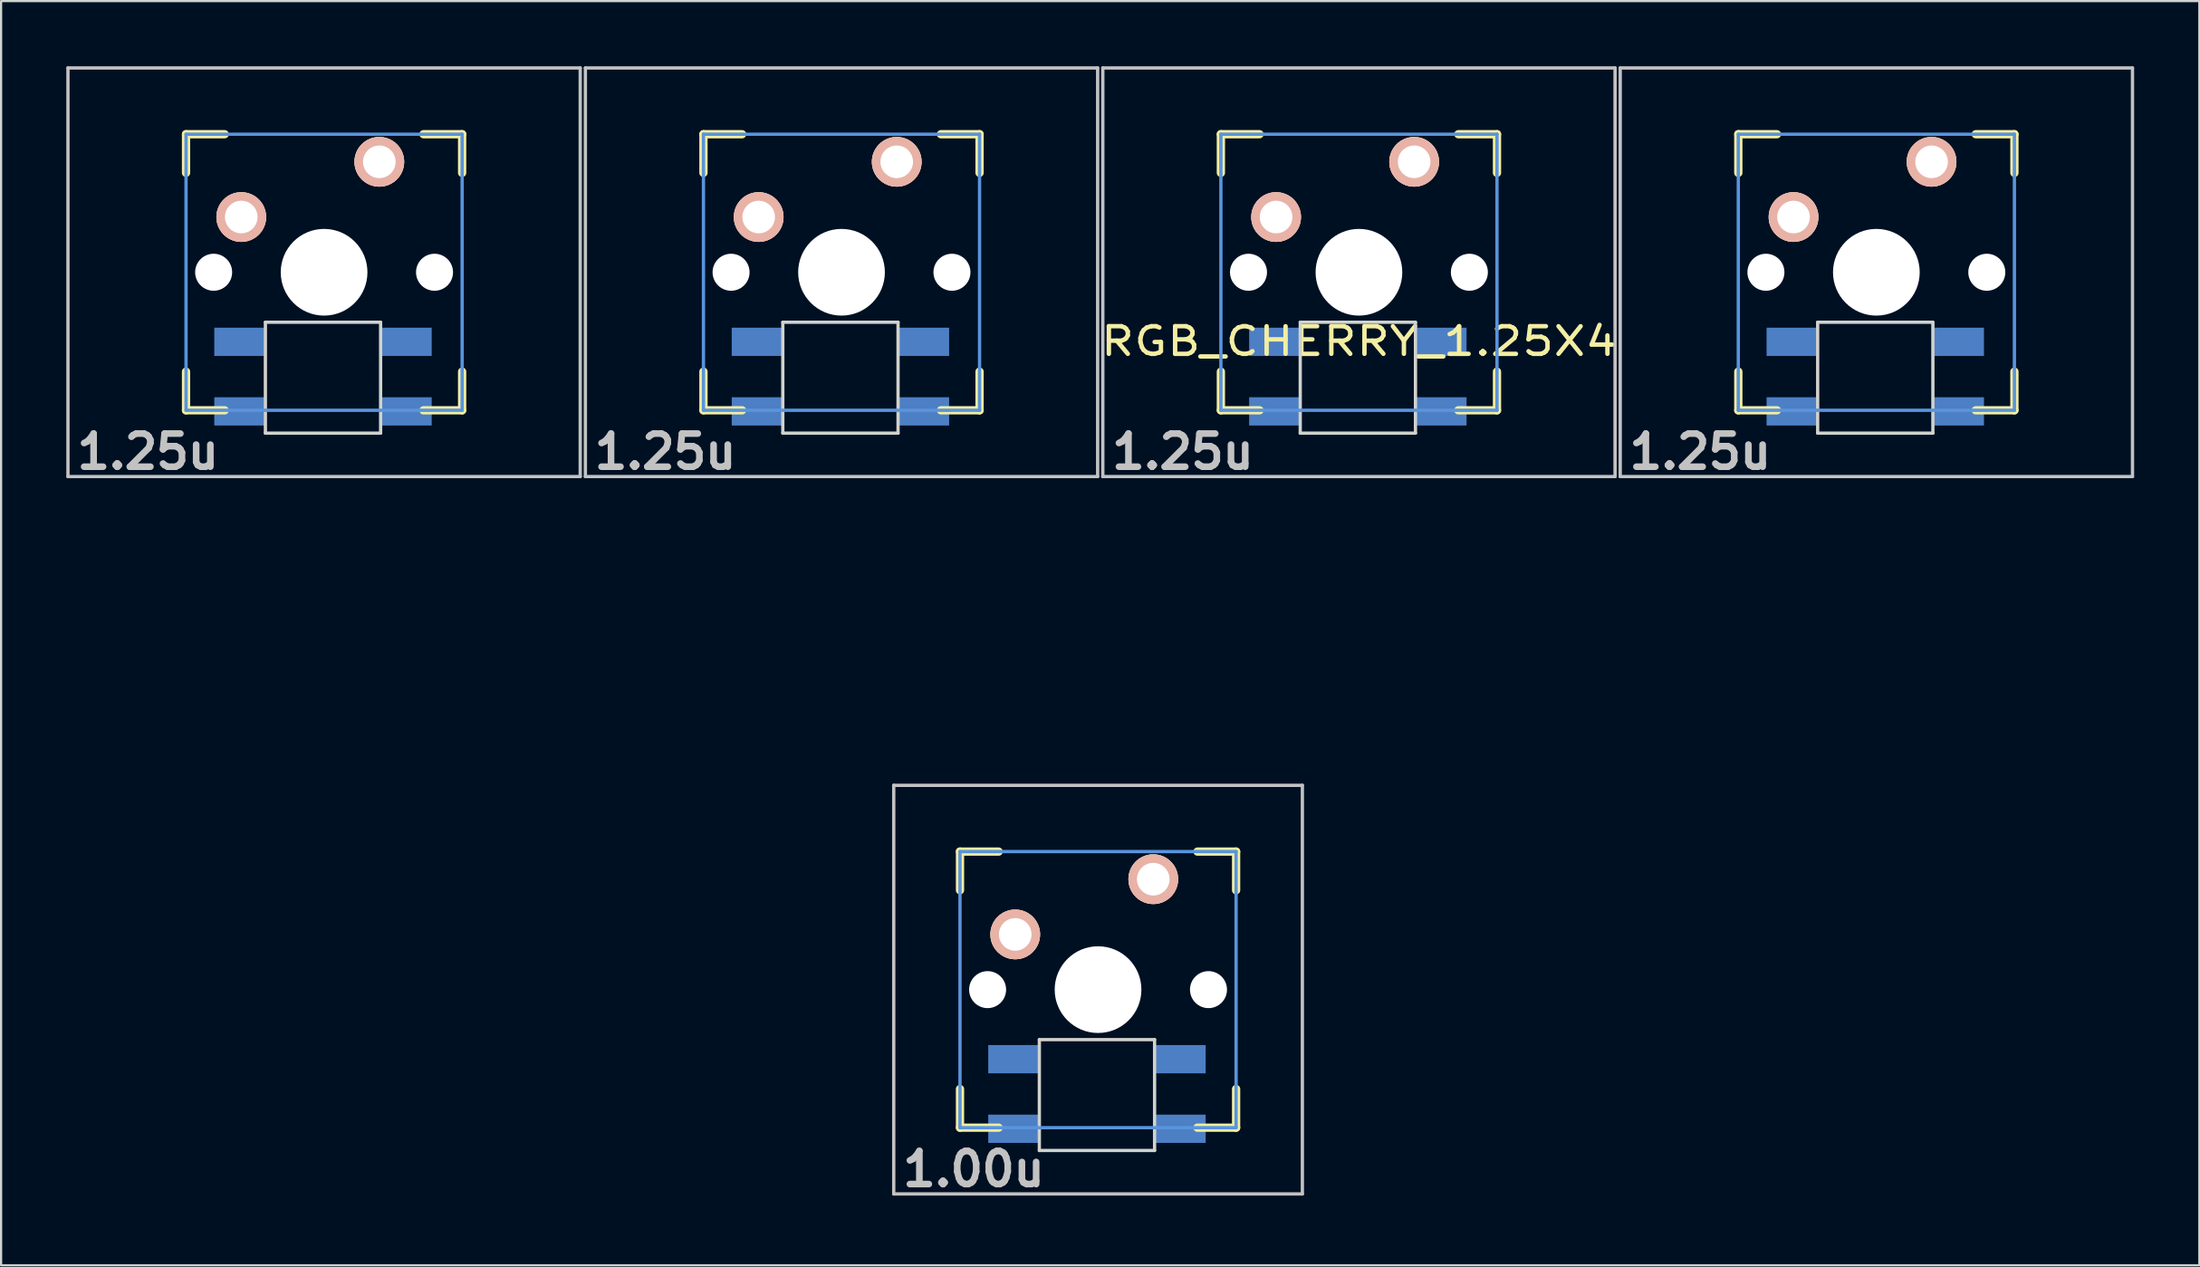
<source format=kicad_pcb>
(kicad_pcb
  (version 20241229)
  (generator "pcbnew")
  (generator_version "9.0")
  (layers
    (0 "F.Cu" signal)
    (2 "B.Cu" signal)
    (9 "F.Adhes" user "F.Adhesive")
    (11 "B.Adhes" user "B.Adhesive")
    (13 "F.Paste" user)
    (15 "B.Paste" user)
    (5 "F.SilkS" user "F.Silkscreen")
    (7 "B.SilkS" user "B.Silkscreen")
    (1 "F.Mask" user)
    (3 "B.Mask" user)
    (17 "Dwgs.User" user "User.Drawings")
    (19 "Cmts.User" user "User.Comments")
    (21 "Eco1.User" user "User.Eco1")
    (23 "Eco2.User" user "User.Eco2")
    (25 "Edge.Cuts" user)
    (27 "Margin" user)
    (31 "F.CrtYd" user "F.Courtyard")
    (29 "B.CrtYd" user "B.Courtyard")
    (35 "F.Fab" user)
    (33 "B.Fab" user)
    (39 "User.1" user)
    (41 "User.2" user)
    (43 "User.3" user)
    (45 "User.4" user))
  (footprint "RGB_CHERRY_1.25X4"
    (layer "F.Cu")
    (at 47.457 42.474)
    (property "Reference" "RGB_CHERRY_1.25X4" (at 12 -29.825 0) (layer "F.SilkS") (effects (font (size 1.27 1.524) (thickness 0.203))))
    (attr through_hole)
    (fp_line (start -41.95 -39.35) (end -40.172 -39.35) (stroke (width 0.381) (type solid)) (layer "F.SilkS"))
    (fp_line (start -41.95 -37.572) (end -41.95 -39.35) (stroke (width 0.381) (type solid)) (layer "F.SilkS"))
    (fp_line (start -41.95 -26.65) (end -41.95 -28.428) (stroke (width 0.381) (type solid)) (layer "F.SilkS"))
    (fp_line (start -40.172 -26.65) (end -41.95 -26.65) (stroke (width 0.381) (type solid)) (layer "F.SilkS"))
    (fp_line (start -31.028 -39.35) (end -29.25 -39.35) (stroke (width 0.381) (type solid)) (layer "F.SilkS"))
    (fp_line (start -29.25 -39.35) (end -29.25 -37.572) (stroke (width 0.381) (type solid)) (layer "F.SilkS"))
    (fp_line (start -29.25 -28.428) (end -29.25 -26.65) (stroke (width 0.381) (type solid)) (layer "F.SilkS"))
    (fp_line (start -29.25 -26.65) (end -31.028 -26.65) (stroke (width 0.381) (type solid)) (layer "F.SilkS"))
    (fp_line (start -18.15 -39.35) (end -16.372 -39.35) (stroke (width 0.381) (type solid)) (layer "F.SilkS"))
    (fp_line (start -18.15 -37.572) (end -18.15 -39.35) (stroke (width 0.381) (type solid)) (layer "F.SilkS"))
    (fp_line (start -18.15 -26.65) (end -18.15 -28.428) (stroke (width 0.381) (type solid)) (layer "F.SilkS"))
    (fp_line (start -16.372 -26.65) (end -18.15 -26.65) (stroke (width 0.381) (type solid)) (layer "F.SilkS"))
    (fp_line (start -7.228 -39.35) (end -5.45 -39.35) (stroke (width 0.381) (type solid)) (layer "F.SilkS"))
    (fp_line (start -6.35 -6.35) (end -4.572 -6.35) (stroke (width 0.381) (type solid)) (layer "F.SilkS"))
    (fp_line (start -6.35 -4.572) (end -6.35 -6.35) (stroke (width 0.381) (type solid)) (layer "F.SilkS"))
    (fp_line (start -6.35 6.35) (end -6.35 4.572) (stroke (width 0.381) (type solid)) (layer "F.SilkS"))
    (fp_line (start -5.45 -39.35) (end -5.45 -37.572) (stroke (width 0.381) (type solid)) (layer "F.SilkS"))
    (fp_line (start -5.45 -28.428) (end -5.45 -26.65) (stroke (width 0.381) (type solid)) (layer "F.SilkS"))
    (fp_line (start -5.45 -26.65) (end -7.228 -26.65) (stroke (width 0.381) (type solid)) (layer "F.SilkS"))
    (fp_line (start -4.572 6.35) (end -6.35 6.35) (stroke (width 0.381) (type solid)) (layer "F.SilkS"))
    (fp_line (start 4.572 -6.35) (end 6.35 -6.35) (stroke (width 0.381) (type solid)) (layer "F.SilkS"))
    (fp_line (start 5.65 -39.35) (end 7.428 -39.35) (stroke (width 0.381) (type solid)) (layer "F.SilkS"))
    (fp_line (start 5.65 -37.572) (end 5.65 -39.35) (stroke (width 0.381) (type solid)) (layer "F.SilkS"))
    (fp_line (start 5.65 -26.65) (end 5.65 -28.428) (stroke (width 0.381) (type solid)) (layer "F.SilkS"))
    (fp_line (start 6.35 -6.35) (end 6.35 -4.572) (stroke (width 0.381) (type solid)) (layer "F.SilkS"))
    (fp_line (start 6.35 4.572) (end 6.35 6.35) (stroke (width 0.381) (type solid)) (layer "F.SilkS"))
    (fp_line (start 6.35 6.35) (end 4.572 6.35) (stroke (width 0.381) (type solid)) (layer "F.SilkS"))
    (fp_line (start 7.428 -26.65) (end 5.65 -26.65) (stroke (width 0.381) (type solid)) (layer "F.SilkS"))
    (fp_line (start 16.572 -39.35) (end 18.35 -39.35) (stroke (width 0.381) (type solid)) (layer "F.SilkS"))
    (fp_line (start 18.35 -39.35) (end 18.35 -37.572) (stroke (width 0.381) (type solid)) (layer "F.SilkS"))
    (fp_line (start 18.35 -28.428) (end 18.35 -26.65) (stroke (width 0.381) (type solid)) (layer "F.SilkS"))
    (fp_line (start 18.35 -26.65) (end 16.572 -26.65) (stroke (width 0.381) (type solid)) (layer "F.SilkS"))
    (fp_line (start 29.45 -39.35) (end 31.228 -39.35) (stroke (width 0.381) (type solid)) (layer "F.SilkS"))
    (fp_line (start 29.45 -37.572) (end 29.45 -39.35) (stroke (width 0.381) (type solid)) (layer "F.SilkS"))
    (fp_line (start 29.45 -26.65) (end 29.45 -28.428) (stroke (width 0.381) (type solid)) (layer "F.SilkS"))
    (fp_line (start 31.228 -26.65) (end 29.45 -26.65) (stroke (width 0.381) (type solid)) (layer "F.SilkS"))
    (fp_line (start 40.372 -39.35) (end 42.15 -39.35) (stroke (width 0.381) (type solid)) (layer "F.SilkS"))
    (fp_line (start 42.15 -39.35) (end 42.15 -37.572) (stroke (width 0.381) (type solid)) (layer "F.SilkS"))
    (fp_line (start 42.15 -28.428) (end 42.15 -26.65) (stroke (width 0.381) (type solid)) (layer "F.SilkS"))
    (fp_line (start 42.15 -26.65) (end 40.372 -26.65) (stroke (width 0.381) (type solid)) (layer "F.SilkS"))
    (fp_line (start -47.381 -42.398) (end -23.819 -42.398) (stroke (width 0.152) (type solid)) (layer "Dwgs.User"))
    (fp_line (start -47.381 -23.602) (end -47.381 -42.398) (stroke (width 0.152) (type solid)) (layer "Dwgs.User"))
    (fp_line (start -23.819 -42.398) (end -23.819 -23.602) (stroke (width 0.152) (type solid)) (layer "Dwgs.User"))
    (fp_line (start -23.819 -23.602) (end -47.381 -23.602) (stroke (width 0.152) (type solid)) (layer "Dwgs.User"))
    (fp_line (start -23.581 -42.398) (end -0.019 -42.398) (stroke (width 0.152) (type solid)) (layer "Dwgs.User"))
    (fp_line (start -23.581 -23.602) (end -23.581 -42.398) (stroke (width 0.152) (type solid)) (layer "Dwgs.User"))
    (fp_line (start -9.398 -9.398) (end 9.398 -9.398) (stroke (width 0.152) (type solid)) (layer "Dwgs.User"))
    (fp_line (start -9.398 9.398) (end -9.398 -9.398) (stroke (width 0.152) (type solid)) (layer "Dwgs.User"))
    (fp_line (start -0.019 -42.398) (end -0.019 -23.602) (stroke (width 0.152) (type solid)) (layer "Dwgs.User"))
    (fp_line (start -0.019 -23.602) (end -23.581 -23.602) (stroke (width 0.152) (type solid)) (layer "Dwgs.User"))
    (fp_line (start 0.219 -42.398) (end 23.781 -42.398) (stroke (width 0.152) (type solid)) (layer "Dwgs.User"))
    (fp_line (start 0.219 -23.602) (end 0.219 -42.398) (stroke (width 0.152) (type solid)) (layer "Dwgs.User"))
    (fp_line (start 9.398 -9.398) (end 9.398 9.398) (stroke (width 0.152) (type solid)) (layer "Dwgs.User"))
    (fp_line (start 9.398 9.398) (end -9.398 9.398) (stroke (width 0.152) (type solid)) (layer "Dwgs.User"))
    (fp_line (start 23.781 -42.398) (end 23.781 -23.602) (stroke (width 0.152) (type solid)) (layer "Dwgs.User"))
    (fp_line (start 23.781 -23.602) (end 0.219 -23.602) (stroke (width 0.152) (type solid)) (layer "Dwgs.User"))
    (fp_line (start 24.019 -42.398) (end 47.581 -42.398) (stroke (width 0.152) (type solid)) (layer "Dwgs.User"))
    (fp_line (start 24.019 -23.602) (end 24.019 -42.398) (stroke (width 0.152) (type solid)) (layer "Dwgs.User"))
    (fp_line (start 47.581 -42.398) (end 47.581 -23.602) (stroke (width 0.152) (type solid)) (layer "Dwgs.User"))
    (fp_line (start 47.581 -23.602) (end 24.019 -23.602) (stroke (width 0.152) (type solid)) (layer "Dwgs.User"))
    (fp_line (start -41.95 -39.35) (end -29.25 -39.35) (stroke (width 0.152) (type solid)) (layer "Cmts.User"))
    (fp_line (start -41.95 -26.65) (end -41.95 -39.35) (stroke (width 0.152) (type solid)) (layer "Cmts.User"))
    (fp_line (start -29.25 -39.35) (end -29.25 -26.65) (stroke (width 0.152) (type solid)) (layer "Cmts.User"))
    (fp_line (start -29.25 -26.65) (end -41.95 -26.65) (stroke (width 0.152) (type solid)) (layer "Cmts.User"))
    (fp_line (start -18.15 -39.35) (end -5.45 -39.35) (stroke (width 0.152) (type solid)) (layer "Cmts.User"))
    (fp_line (start -18.15 -26.65) (end -18.15 -39.35) (stroke (width 0.152) (type solid)) (layer "Cmts.User"))
    (fp_line (start -6.35 -6.35) (end 6.35 -6.35) (stroke (width 0.152) (type solid)) (layer "Cmts.User"))
    (fp_line (start -6.35 6.35) (end -6.35 -6.35) (stroke (width 0.152) (type solid)) (layer "Cmts.User"))
    (fp_line (start -5.45 -39.35) (end -5.45 -26.65) (stroke (width 0.152) (type solid)) (layer "Cmts.User"))
    (fp_line (start -5.45 -26.65) (end -18.15 -26.65) (stroke (width 0.152) (type solid)) (layer "Cmts.User"))
    (fp_line (start 5.65 -39.35) (end 18.35 -39.35) (stroke (width 0.152) (type solid)) (layer "Cmts.User"))
    (fp_line (start 5.65 -26.65) (end 5.65 -39.35) (stroke (width 0.152) (type solid)) (layer "Cmts.User"))
    (fp_line (start 6.35 -6.35) (end 6.35 6.35) (stroke (width 0.152) (type solid)) (layer "Cmts.User"))
    (fp_line (start 6.35 6.35) (end -6.35 6.35) (stroke (width 0.152) (type solid)) (layer "Cmts.User"))
    (fp_line (start 18.35 -39.35) (end 18.35 -26.65) (stroke (width 0.152) (type solid)) (layer "Cmts.User"))
    (fp_line (start 18.35 -26.65) (end 5.65 -26.65) (stroke (width 0.152) (type solid)) (layer "Cmts.User"))
    (fp_line (start 29.45 -39.35) (end 42.15 -39.35) (stroke (width 0.152) (type solid)) (layer "Cmts.User"))
    (fp_line (start 29.45 -26.65) (end 29.45 -39.35) (stroke (width 0.152) (type solid)) (layer "Cmts.User"))
    (fp_line (start 42.15 -39.35) (end 42.15 -26.65) (stroke (width 0.152) (type solid)) (layer "Cmts.User"))
    (fp_line (start 42.15 -26.65) (end 29.45 -26.65) (stroke (width 0.152) (type solid)) (layer "Cmts.User"))
    (fp_line (start -42.585 -39.985) (end -28.615 -39.985) (stroke (width 0.152) (type solid)) (layer "Eco2.User"))
    (fp_line (start -42.585 -26.015) (end -42.585 -39.985) (stroke (width 0.152) (type solid)) (layer "Eco2.User"))
    (fp_line (start -28.615 -39.985) (end -28.615 -26.015) (stroke (width 0.152) (type solid)) (layer "Eco2.User"))
    (fp_line (start -28.615 -26.015) (end -42.585 -26.015) (stroke (width 0.152) (type solid)) (layer "Eco2.User"))
    (fp_line (start -18.785 -39.985) (end -4.815 -39.985) (stroke (width 0.152) (type solid)) (layer "Eco2.User"))
    (fp_line (start -18.785 -26.015) (end -18.785 -39.985) (stroke (width 0.152) (type solid)) (layer "Eco2.User"))
    (fp_line (start -6.985 -6.985) (end 6.985 -6.985) (stroke (width 0.152) (type solid)) (layer "Eco2.User"))
    (fp_line (start -6.985 6.985) (end -6.985 -6.985) (stroke (width 0.152) (type solid)) (layer "Eco2.User"))
    (fp_line (start -4.815 -39.985) (end -4.815 -26.015) (stroke (width 0.152) (type solid)) (layer "Eco2.User"))
    (fp_line (start -4.815 -26.015) (end -18.785 -26.015) (stroke (width 0.152) (type solid)) (layer "Eco2.User"))
    (fp_line (start 5.015 -39.985) (end 18.985 -39.985) (stroke (width 0.152) (type solid)) (layer "Eco2.User"))
    (fp_line (start 5.015 -26.015) (end 5.015 -39.985) (stroke (width 0.152) (type solid)) (layer "Eco2.User"))
    (fp_line (start 6.985 -6.985) (end 6.985 6.985) (stroke (width 0.152) (type solid)) (layer "Eco2.User"))
    (fp_line (start 6.985 6.985) (end -6.985 6.985) (stroke (width 0.152) (type solid)) (layer "Eco2.User"))
    (fp_line (start 18.985 -39.985) (end 18.985 -26.015) (stroke (width 0.152) (type solid)) (layer "Eco2.User"))
    (fp_line (start 18.985 -26.015) (end 5.015 -26.015) (stroke (width 0.152) (type solid)) (layer "Eco2.User"))
    (fp_line (start 28.815 -39.985) (end 42.785 -39.985) (stroke (width 0.152) (type solid)) (layer "Eco2.User"))
    (fp_line (start 28.815 -26.015) (end 28.815 -39.985) (stroke (width 0.152) (type solid)) (layer "Eco2.User"))
    (fp_line (start 42.785 -39.985) (end 42.785 -26.015) (stroke (width 0.152) (type solid)) (layer "Eco2.User"))
    (fp_line (start 42.785 -26.015) (end 28.815 -26.015) (stroke (width 0.152) (type solid)) (layer "Eco2.User"))
    (fp_line (start -38.3 -30.7) (end -38.3 -25.6) (stroke (width 0.15) (type solid)) (layer "Edge.Cuts"))
    (fp_line (start -38.3 -30.7) (end -33 -30.7) (stroke (width 0.15) (type solid)) (layer "Edge.Cuts"))
    (fp_line (start -33 -30.7) (end -33 -25.6) (stroke (width 0.15) (type solid)) (layer "Edge.Cuts"))
    (fp_line (start -33 -25.6) (end -38.3 -25.6) (stroke (width 0.15) (type solid)) (layer "Edge.Cuts"))
    (fp_line (start -14.5 -30.7) (end -14.5 -25.6) (stroke (width 0.15) (type solid)) (layer "Edge.Cuts"))
    (fp_line (start -14.5 -30.7) (end -9.2 -30.7) (stroke (width 0.15) (type solid)) (layer "Edge.Cuts"))
    (fp_line (start -9.2 -30.7) (end -9.2 -25.6) (stroke (width 0.15) (type solid)) (layer "Edge.Cuts"))
    (fp_line (start -9.2 -25.6) (end -14.5 -25.6) (stroke (width 0.15) (type solid)) (layer "Edge.Cuts"))
    (fp_line (start -2.7 2.3) (end -2.7 7.4) (stroke (width 0.15) (type solid)) (layer "Edge.Cuts"))
    (fp_line (start -2.7 2.3) (end 2.6 2.3) (stroke (width 0.15) (type solid)) (layer "Edge.Cuts"))
    (fp_line (start 2.6 2.3) (end 2.6 7.4) (stroke (width 0.15) (type solid)) (layer "Edge.Cuts"))
    (fp_line (start 2.6 7.4) (end -2.7 7.4) (stroke (width 0.15) (type solid)) (layer "Edge.Cuts"))
    (fp_line (start 9.3 -30.7) (end 9.3 -25.6) (stroke (width 0.15) (type solid)) (layer "Edge.Cuts"))
    (fp_line (start 9.3 -30.7) (end 14.6 -30.7) (stroke (width 0.15) (type solid)) (layer "Edge.Cuts"))
    (fp_line (start 14.6 -30.7) (end 14.6 -25.6) (stroke (width 0.15) (type solid)) (layer "Edge.Cuts"))
    (fp_line (start 14.6 -25.6) (end 9.3 -25.6) (stroke (width 0.15) (type solid)) (layer "Edge.Cuts"))
    (fp_line (start 33.1 -30.7) (end 33.1 -25.6) (stroke (width 0.15) (type solid)) (layer "Edge.Cuts"))
    (fp_line (start 33.1 -30.7) (end 38.4 -30.7) (stroke (width 0.15) (type solid)) (layer "Edge.Cuts"))
    (fp_line (start 38.4 -30.7) (end 38.4 -25.6) (stroke (width 0.15) (type solid)) (layer "Edge.Cuts"))
    (fp_line (start 38.4 -25.6) (end 33.1 -25.6) (stroke (width 0.15) (type solid)) (layer "Edge.Cuts"))
    (fp_text user "1.00u" (at -5.715 8.255 0) (layer "Dwgs.User") (effects (font (size 1.524 1.524) (thickness 0.305))))
    (fp_text user "1.25u" (at 3.902 -24.745 0) (layer "Dwgs.User") (effects (font (size 1.524 1.524) (thickness 0.305))))
    (fp_text user "1.25u" (at -19.898 -24.745 0) (layer "Dwgs.User") (effects (font (size 1.524 1.524) (thickness 0.305))))
    (fp_text user "1.25u" (at 27.702 -24.745 0) (layer "Dwgs.User") (effects (font (size 1.524 1.524) (thickness 0.305))))
    (fp_text user "1.25u" (at -43.698 -24.745 0) (layer "Dwgs.User") (effects (font (size 1.524 1.524) (thickness 0.305))))
    (pad "" np_thru_hole circle (at -40.68 -33) (size 1.702 1.702) (drill 1.702) (layers "*.Cu"))
    (pad "" np_thru_hole circle (at -35.6 -33) (size 3.988 3.988) (drill 3.988) (layers "*.Cu"))
    (pad "" np_thru_hole circle (at -30.52 -33) (size 1.702 1.702) (drill 1.702) (layers "*.Cu"))
    (pad "" np_thru_hole circle (at -16.88 -33) (size 1.702 1.702) (drill 1.702) (layers "*.Cu"))
    (pad "" np_thru_hole circle (at -11.8 -33) (size 3.988 3.988) (drill 3.988) (layers "*.Cu"))
    (pad "" np_thru_hole circle (at -6.72 -33) (size 1.702 1.702) (drill 1.702) (layers "*.Cu"))
    (pad "" np_thru_hole circle (at -5.08 0) (size 1.702 1.702) (drill 1.702) (layers "*.Cu"))
    (pad "" np_thru_hole circle (at 0 0) (size 3.988 3.988) (drill 3.988) (layers "*.Cu"))
    (pad "" np_thru_hole circle (at 5.08 0) (size 1.702 1.702) (drill 1.702) (layers "*.Cu"))
    (pad "" np_thru_hole circle (at 6.92 -33) (size 1.702 1.702) (drill 1.702) (layers "*.Cu"))
    (pad "" np_thru_hole circle (at 12 -33) (size 3.988 3.988) (drill 3.988) (layers "*.Cu"))
    (pad "" np_thru_hole circle (at 17.08 -33) (size 1.702 1.702) (drill 1.702) (layers "*.Cu"))
    (pad "" np_thru_hole circle (at 30.72 -33) (size 1.702 1.702) (drill 1.702) (layers "*.Cu"))
    (pad "" np_thru_hole circle (at 35.8 -33) (size 3.988 3.988) (drill 3.988) (layers "*.Cu"))
    (pad "" np_thru_hole circle (at 40.88 -33) (size 1.702 1.702) (drill 1.702) (layers "*.Cu"))
    (pad "1" thru_hole circle (at -33.06 -38.08) (size 2.286 2.286) (drill 1.499) (layers "*.Cu" "*.SilkS" "*.Mask"))
    (pad "1" thru_hole circle (at -9.26 -38.08) (size 2.286 2.286) (drill 1.499) (layers "*.Cu" "*.SilkS" "*.Mask"))
    (pad "1" thru_hole circle (at 2.54 -5.08) (size 2.286 2.286) (drill 1.499) (layers "*.Cu" "*.SilkS" "*.Mask"))
    (pad "1" thru_hole circle (at 14.54 -38.08) (size 2.286 2.286) (drill 1.499) (layers "*.Cu" "*.SilkS" "*.Mask"))
    (pad "1" thru_hole circle (at 38.34 -38.08) (size 2.286 2.286) (drill 1.499) (layers "*.Cu" "*.SilkS" "*.Mask"))
    (pad "2" thru_hole circle (at -39.41 -35.54) (size 2.286 2.286) (drill 1.499) (layers "*.Cu" "*.SilkS" "*.Mask"))
    (pad "2" thru_hole circle (at -15.61 -35.54) (size 2.286 2.286) (drill 1.499) (layers "*.Cu" "*.SilkS" "*.Mask"))
    (pad "2" thru_hole circle (at -3.81 -2.54) (size 2.286 2.286) (drill 1.499) (layers "*.Cu" "*.SilkS" "*.Mask"))
    (pad "2" thru_hole circle (at 8.19 -35.54) (size 2.286 2.286) (drill 1.499) (layers "*.Cu" "*.SilkS" "*.Mask"))
    (pad "2" thru_hole circle (at 31.99 -35.54) (size 2.286 2.286) (drill 1.499) (layers "*.Cu" "*.SilkS" "*.Mask"))
    (pad "3" smd rect (at -38.4 -29.8) (size 2.3 1.3) (drill (offset -1.1 0)) (layers "B.Cu" "B.Mask" "B.Paste"))
    (pad "3" smd rect (at -14.6 -29.8) (size 2.3 1.3) (drill (offset -1.1 0)) (layers "B.Cu" "B.Mask" "B.Paste"))
    (pad "3" smd rect (at -2.8 3.2) (size 2.3 1.3) (drill (offset -1.1 0)) (layers "B.Cu" "B.Mask" "B.Paste"))
    (pad "3" smd rect (at 9.2 -29.8) (size 2.3 1.3) (drill (offset -1.1 0)) (layers "B.Cu" "B.Mask" "B.Paste"))
    (pad "3" smd rect (at 33 -29.8) (size 2.3 1.3) (drill (offset -1.1 0)) (layers "B.Cu" "B.Mask" "B.Paste"))
    (pad "4" smd rect (at -38.4 -26.6) (size 2.3 1.3) (drill (offset -1.1 0)) (layers "B.Cu" "B.Mask" "B.Paste"))
    (pad "4" smd rect (at -14.6 -26.6) (size 2.3 1.3) (drill (offset -1.1 0)) (layers "B.Cu" "B.Mask" "B.Paste"))
    (pad "4" smd rect (at -2.8 6.4) (size 2.3 1.3) (drill (offset -1.1 0)) (layers "B.Cu" "B.Mask" "B.Paste"))
    (pad "4" smd rect (at 9.2 -26.6) (size 2.3 1.3) (drill (offset -1.1 0)) (layers "B.Cu" "B.Mask" "B.Paste"))
    (pad "4" smd rect (at 33 -26.6) (size 2.3 1.3) (drill (offset -1.1 0)) (layers "B.Cu" "B.Mask" "B.Paste"))
    (pad "5" smd rect (at -32.9 -26.6) (size 2.3 1.3) (drill (offset 1.1 0)) (layers "B.Cu" "B.Mask" "B.Paste"))
    (pad "5" smd rect (at -9.1 -26.6) (size 2.3 1.3) (drill (offset 1.1 0)) (layers "B.Cu" "B.Mask" "B.Paste"))
    (pad "5" smd rect (at 2.7 6.4) (size 2.3 1.3) (drill (offset 1.1 0)) (layers "B.Cu" "B.Mask" "B.Paste"))
    (pad "5" smd rect (at 14.7 -26.6) (size 2.3 1.3) (drill (offset 1.1 0)) (layers "B.Cu" "B.Mask" "B.Paste"))
    (pad "5" smd rect (at 38.5 -26.6) (size 2.3 1.3) (drill (offset 1.1 0)) (layers "B.Cu" "B.Mask" "B.Paste"))
    (pad "6" smd rect (at -32.9 -29.8) (size 2.3 1.3) (drill (offset 1.1 0)) (layers "B.Cu" "B.Mask" "B.Paste"))
    (pad "6" smd rect (at -9.1 -29.8) (size 2.3 1.3) (drill (offset 1.1 0)) (layers "B.Cu" "B.Mask" "B.Paste"))
    (pad "6" smd rect (at 2.7 3.2) (size 2.3 1.3) (drill (offset 1.1 0)) (layers "B.Cu" "B.Mask" "B.Paste"))
    (pad "6" smd rect (at 14.7 -29.8) (size 2.3 1.3) (drill (offset 1.1 0)) (layers "B.Cu" "B.Mask" "B.Paste"))
    (pad "6" smd rect (at 38.5 -29.8) (size 2.3 1.3) (drill (offset 1.1 0)) (layers "B.Cu" "B.Mask" "B.Paste")))
  (gr_rect
    (start -3 -3)
    (end 98.113 55.156)
    (stroke (width 0.1) (type default))
    (fill no)
    (layer "Edge.Cuts")))
</source>
